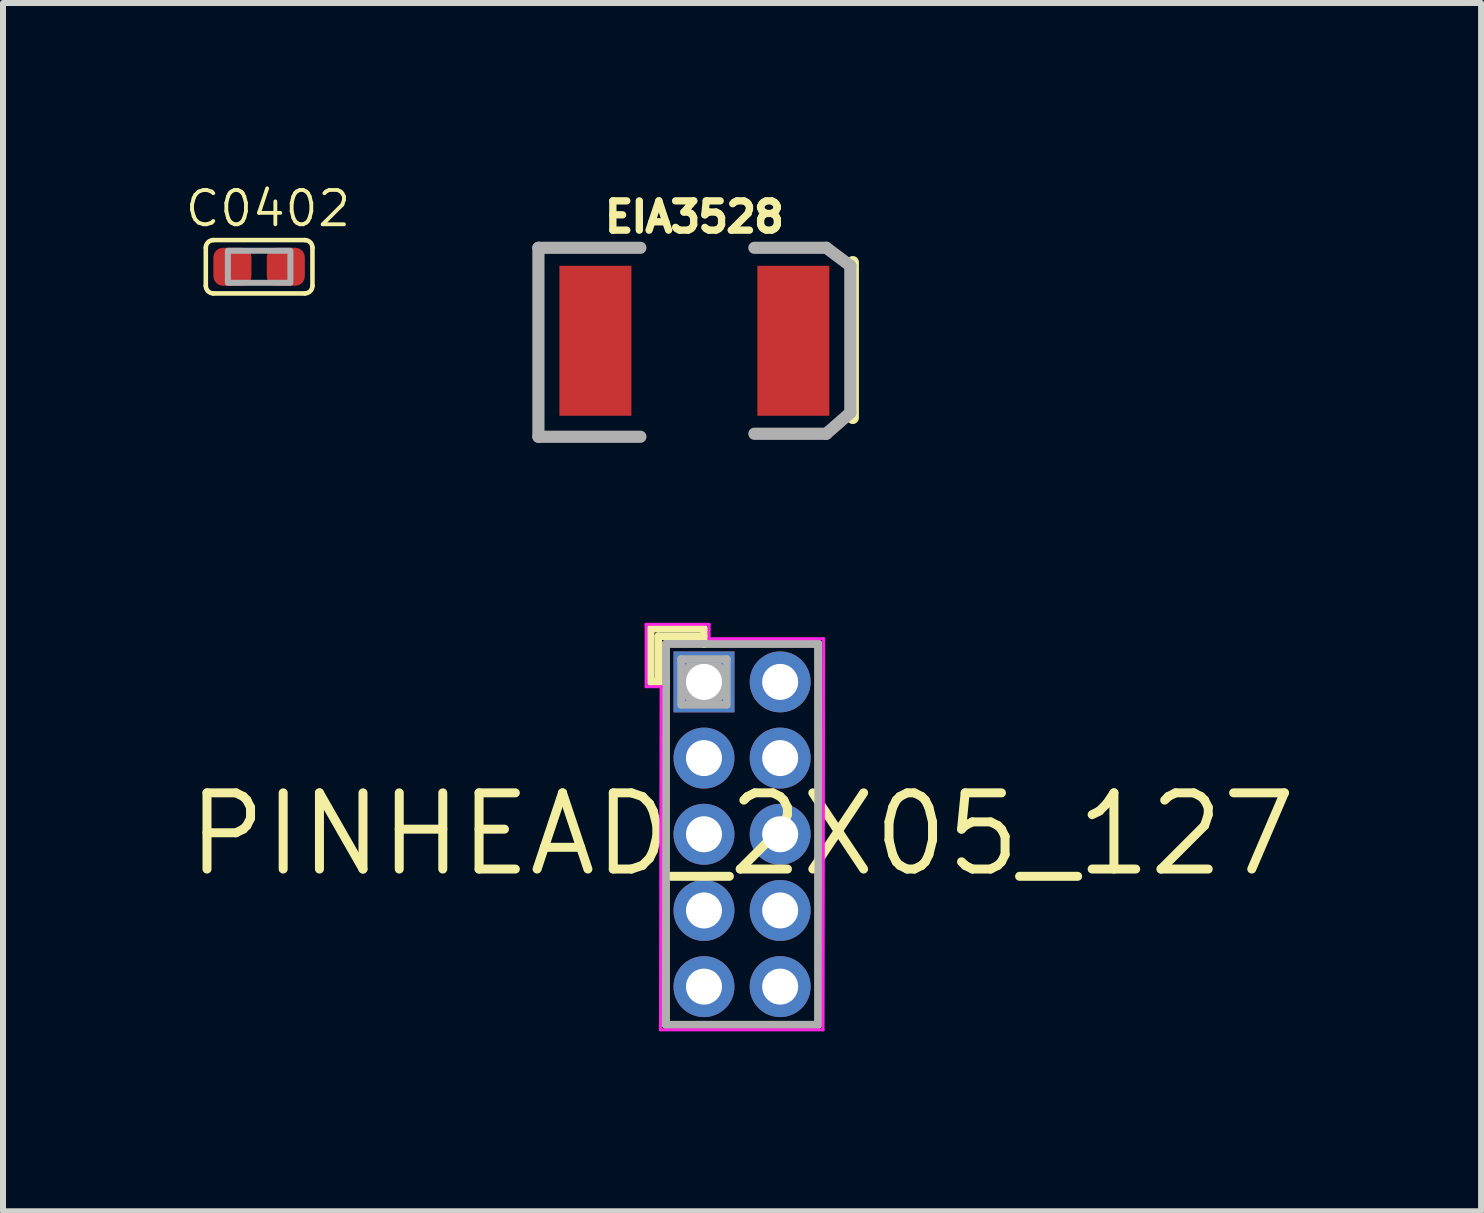
<source format=kicad_pcb>
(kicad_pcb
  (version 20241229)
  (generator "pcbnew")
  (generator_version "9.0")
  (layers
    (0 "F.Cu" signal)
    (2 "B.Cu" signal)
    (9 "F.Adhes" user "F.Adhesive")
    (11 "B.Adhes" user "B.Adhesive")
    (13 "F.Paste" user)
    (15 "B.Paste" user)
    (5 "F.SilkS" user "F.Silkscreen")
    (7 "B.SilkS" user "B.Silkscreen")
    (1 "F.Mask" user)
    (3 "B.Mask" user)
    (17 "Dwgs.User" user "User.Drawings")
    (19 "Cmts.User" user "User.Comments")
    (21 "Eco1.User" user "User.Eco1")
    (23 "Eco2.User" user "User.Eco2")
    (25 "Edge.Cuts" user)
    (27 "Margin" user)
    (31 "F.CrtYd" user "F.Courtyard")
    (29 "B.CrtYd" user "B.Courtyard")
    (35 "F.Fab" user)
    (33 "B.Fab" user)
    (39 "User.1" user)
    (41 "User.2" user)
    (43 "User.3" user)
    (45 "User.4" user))
  (footprint "PINHEAD_2X05_127"
    (layer "F.Cu")
    (at 9.321 10.858)
    (property "Reference" "PINHEAD_2X05_127" (at 0 0 0) (layer "F.SilkS") (effects (font (size 1.27 1.27) (thickness 0.15))))
    (fp_line (start -1.524 -3.429) (end -1.524 -2.54) (stroke (width 0.127) (type solid)) (layer "F.SilkS"))
    (fp_line (start -1.524 -2.54) (end -1.397 -2.54) (stroke (width 0.127) (type solid)) (layer "F.SilkS"))
    (fp_line (start -1.397 -3.302) (end -0.635 -3.302) (stroke (width 0.127) (type solid)) (layer "F.SilkS"))
    (fp_line (start -1.397 -2.54) (end -1.397 -3.302) (stroke (width 0.127) (type solid)) (layer "F.SilkS"))
    (fp_line (start -1.27 -3.175) (end -0.635 -3.175) (stroke (width 0.127) (type solid)) (layer "F.SilkS"))
    (fp_line (start -1.27 -2.54) (end -1.397 -2.54) (stroke (width 0.127) (type solid)) (layer "F.SilkS"))
    (fp_line (start -1.27 -2.54) (end -1.27 -3.175) (stroke (width 0.127) (type solid)) (layer "F.SilkS"))
    (fp_line (start -1.27 3.175) (end -1.27 -2.54) (stroke (width 0.127) (type solid)) (layer "F.SilkS"))
    (fp_line (start -0.635 -3.429) (end -1.524 -3.429) (stroke (width 0.127) (type solid)) (layer "F.SilkS"))
    (fp_line (start -0.635 -3.302) (end -0.635 -3.429) (stroke (width 0.127) (type solid)) (layer "F.SilkS"))
    (fp_line (start -0.635 -3.302) (end -0.635 -3.175) (stroke (width 0.127) (type solid)) (layer "F.SilkS"))
    (fp_line (start -0.635 -3.175) (end 1.27 -3.175) (stroke (width 0.127) (type solid)) (layer "F.SilkS"))
    (fp_line (start 1.27 -3.175) (end 1.27 3.175) (stroke (width 0.127) (type solid)) (layer "F.SilkS"))
    (fp_line (start 1.27 3.175) (end -1.27 3.175) (stroke (width 0.127) (type solid)) (layer "F.SilkS"))
    (fp_line (start -1.6 -3.5) (end -0.55 -3.5) (stroke (width 0.05) (type solid)) (layer "F.CrtYd"))
    (fp_line (start -1.6 -2.46) (end -1.6 -3.5) (stroke (width 0.05) (type solid)) (layer "F.CrtYd"))
    (fp_line (start -1.36 3.26) (end -1.35 -2.46) (stroke (width 0.05) (type solid)) (layer "F.CrtYd"))
    (fp_line (start -1.35 -2.46) (end -1.6 -2.46) (stroke (width 0.05) (type solid)) (layer "F.CrtYd"))
    (fp_line (start -0.55 -3.5) (end -0.55 -3.26) (stroke (width 0.05) (type solid)) (layer "F.CrtYd"))
    (fp_line (start -0.55 -3.26) (end 1.36 -3.26) (stroke (width 0.05) (type solid)) (layer "F.CrtYd"))
    (fp_line (start 1.35 3.26) (end -1.36 3.26) (stroke (width 0.05) (type solid)) (layer "F.CrtYd"))
    (fp_line (start 1.36 -3.26) (end 1.35 3.26) (stroke (width 0.05) (type solid)) (layer "F.CrtYd"))
    (fp_line (start -1.27 -3.175) (end 1.27 -3.175) (stroke (width 0.127) (type solid)) (layer "F.Fab"))
    (fp_line (start -1.27 3.175) (end -1.27 -3.175) (stroke (width 0.127) (type solid)) (layer "F.Fab"))
    (fp_line (start -1.016 -2.921) (end -0.254 -2.921) (stroke (width 0.127) (type solid)) (layer "F.Fab"))
    (fp_line (start -1.016 -2.159) (end -1.016 -2.921) (stroke (width 0.127) (type solid)) (layer "F.Fab"))
    (fp_line (start -0.889 -2.794) (end -0.889 -2.286) (stroke (width 0.127) (type solid)) (layer "F.Fab"))
    (fp_line (start -0.889 -2.286) (end -0.381 -2.286) (stroke (width 0.127) (type solid)) (layer "F.Fab"))
    (fp_line (start -0.762 -2.667) (end -0.762 -2.413) (stroke (width 0.127) (type solid)) (layer "F.Fab"))
    (fp_line (start -0.762 -2.413) (end -0.635 -2.413) (stroke (width 0.127) (type solid)) (layer "F.Fab"))
    (fp_line (start -0.635 -2.667) (end -0.635 -2.413) (stroke (width 0.127) (type solid)) (layer "F.Fab"))
    (fp_line (start -0.635 -2.413) (end -0.508 -2.413) (stroke (width 0.127) (type solid)) (layer "F.Fab"))
    (fp_line (start -0.508 -2.667) (end -0.635 -2.667) (stroke (width 0.127) (type solid)) (layer "F.Fab"))
    (fp_line (start -0.508 -2.413) (end -0.508 -2.667) (stroke (width 0.127) (type solid)) (layer "F.Fab"))
    (fp_line (start -0.381 -2.794) (end -0.889 -2.794) (stroke (width 0.127) (type solid)) (layer "F.Fab"))
    (fp_line (start -0.381 -2.286) (end -0.381 -2.794) (stroke (width 0.127) (type solid)) (layer "F.Fab"))
    (fp_line (start -0.254 -2.921) (end -0.254 -2.159) (stroke (width 0.127) (type solid)) (layer "F.Fab"))
    (fp_line (start -0.254 -2.159) (end -1.016 -2.159) (stroke (width 0.127) (type solid)) (layer "F.Fab"))
    (fp_line (start 1.27 -3.175) (end 1.27 3.175) (stroke (width 0.127) (type solid)) (layer "F.Fab"))
    (fp_line (start 1.27 3.175) (end -1.27 3.175) (stroke (width 0.127) (type solid)) (layer "F.Fab"))
    (pad "1" thru_hole rect (at -0.635 -2.54) (size 1.016 1.016) (drill 0.6) (layers "*.Cu" "*.Mask"))
    (pad "2" thru_hole circle (at 0.635 -2.54) (size 1.016 1.016) (drill 0.6) (layers "*.Cu" "*.Mask"))
    (pad "3" thru_hole circle (at -0.635 -1.27) (size 1.016 1.016) (drill 0.6) (layers "*.Cu" "*.Mask"))
    (pad "4" thru_hole circle (at 0.635 -1.27) (size 1.016 1.016) (drill 0.6) (layers "*.Cu" "*.Mask"))
    (pad "5" thru_hole circle (at -0.635 0) (size 1.016 1.016) (drill 0.6) (layers "*.Cu" "*.Mask"))
    (pad "6" thru_hole circle (at 0.635 0) (size 1.016 1.016) (drill 0.6) (layers "*.Cu" "*.Mask"))
    (pad "7" thru_hole circle (at -0.635 1.27) (size 1.016 1.016) (drill 0.6) (layers "*.Cu" "*.Mask"))
    (pad "8" thru_hole circle (at 0.635 1.27) (size 1.016 1.016) (drill 0.6) (layers "*.Cu" "*.Mask"))
    (pad "9" thru_hole circle (at -0.635 2.54) (size 1.016 1.016) (drill 0.6) (layers "*.Cu" "*.Mask"))
    (pad "10" thru_hole circle (at 0.635 2.54) (size 1.016 1.016) (drill 0.6) (layers "*.Cu" "*.Mask")))
  (footprint "C0402"
    (layer "F.Cu")
    (at 1.27 1.397)
    (property "Reference" "C0402" (at -1.27 -0.635 0) (layer "F.SilkS") (effects (font (size 0.572 0.572) (thickness 0.064)) (justify left bottom)))
    (fp_line (start -0.889 0.318) (end -0.889 -0.318) (stroke (width 0.076) (type solid)) (layer "F.SilkS"))
    (fp_line (start -0.762 -0.445) (end 0.762 -0.445) (stroke (width 0.076) (type solid)) (layer "F.SilkS"))
    (fp_line (start 0.762 0.445) (end -0.762 0.445) (stroke (width 0.076) (type solid)) (layer "F.SilkS"))
    (fp_line (start 0.889 -0.318) (end 0.889 0.318) (stroke (width 0.076) (type solid)) (layer "F.SilkS"))
    (fp_arc (start -0.889 -0.3175) (mid -0.851803 -0.407303) (end -0.762 -0.4445) (stroke (width 0.0762) (type solid)) (layer "F.SilkS"))
    (fp_arc (start -0.762 0.4445) (mid -0.851803 0.407303) (end -0.889 0.3175) (stroke (width 0.0762) (type solid)) (layer "F.SilkS"))
    (fp_arc (start 0.762 -0.4445) (mid 0.851803 -0.407303) (end 0.889 -0.3175) (stroke (width 0.0762) (type solid)) (layer "F.SilkS"))
    (fp_arc (start 0.889 0.3175) (mid 0.851803 0.407303) (end 0.762 0.4445) (stroke (width 0.0762) (type solid)) (layer "F.SilkS"))
    (fp_poly (pts (xy 0.521 0.267) (xy -0.521 0.267) (xy -0.521 -0.267) (xy 0.521 -0.267)) (stroke (width 0.1) (type default)) (fill no) (layer "F.Fab"))
    (pad "1" smd roundrect (at -0.445 0) (size 0.635 0.635) (layers "F.Cu" "F.Mask" "F.Paste") (roundrect_rratio 0.25))
    (pad "2" smd roundrect (at 0.445 0) (size 0.635 0.635) (layers "F.Cu" "F.Mask" "F.Paste") (roundrect_rratio 0.25)))
  (footprint "EIA3528"
    (layer "F.Cu")
    (at 8.526 2.631)
    (property "Reference" "EIA3528" (at 0 -1.778 0) (layer "F.SilkS") (effects (font (size 0.488 0.488) (thickness 0.122)) (justify bottom)))
    (fp_line (start 2.641 -1.311) (end 2.641 1.286) (stroke (width 0.203) (type solid)) (layer "F.SilkS"))
    (fp_line (start -2.6 -1.55) (end -0.9 -1.55) (stroke (width 0.203) (type solid)) (layer "F.Fab"))
    (fp_line (start -2.6 1.6) (end -2.6 -1.55) (stroke (width 0.203) (type solid)) (layer "F.Fab"))
    (fp_line (start -0.9 1.6) (end -2.6 1.6) (stroke (width 0.203) (type solid)) (layer "F.Fab"))
    (fp_line (start 1 1.55) (end 2.2 1.55) (stroke (width 0.203) (type solid)) (layer "F.Fab"))
    (fp_line (start 2.2 -1.55) (end 1 -1.55) (stroke (width 0.203) (type solid)) (layer "F.Fab"))
    (fp_line (start 2.2 1.55) (end 2.6 1.2) (stroke (width 0.203) (type solid)) (layer "F.Fab"))
    (fp_line (start 2.6 -1.25) (end 2.2 -1.55) (stroke (width 0.203) (type solid)) (layer "F.Fab"))
    (fp_line (start 2.6 1.2) (end 2.6 -1.25) (stroke (width 0.203) (type solid)) (layer "F.Fab"))
    (pad "A" smd rect (at 1.65 0 90) (size 2.5 1.2) (layers "F.Cu" "F.Mask" "F.Paste"))
    (pad "C" smd rect (at -1.65 0 90) (size 2.5 1.2) (layers "F.Cu" "F.Mask" "F.Paste")))
  (gr_rect
    (start -3 -3)
    (end 21.641 17.143)
    (stroke (width 0.1) (type default))
    (fill no)
    (layer "Edge.Cuts")))
</source>
